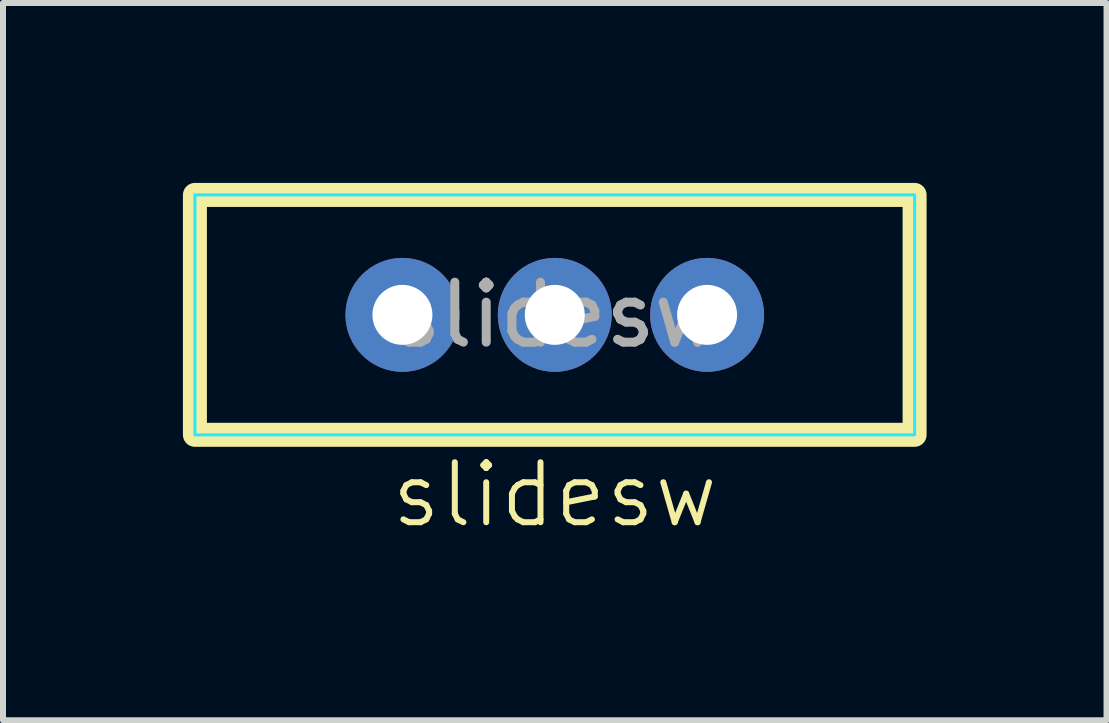
<source format=kicad_pcb>
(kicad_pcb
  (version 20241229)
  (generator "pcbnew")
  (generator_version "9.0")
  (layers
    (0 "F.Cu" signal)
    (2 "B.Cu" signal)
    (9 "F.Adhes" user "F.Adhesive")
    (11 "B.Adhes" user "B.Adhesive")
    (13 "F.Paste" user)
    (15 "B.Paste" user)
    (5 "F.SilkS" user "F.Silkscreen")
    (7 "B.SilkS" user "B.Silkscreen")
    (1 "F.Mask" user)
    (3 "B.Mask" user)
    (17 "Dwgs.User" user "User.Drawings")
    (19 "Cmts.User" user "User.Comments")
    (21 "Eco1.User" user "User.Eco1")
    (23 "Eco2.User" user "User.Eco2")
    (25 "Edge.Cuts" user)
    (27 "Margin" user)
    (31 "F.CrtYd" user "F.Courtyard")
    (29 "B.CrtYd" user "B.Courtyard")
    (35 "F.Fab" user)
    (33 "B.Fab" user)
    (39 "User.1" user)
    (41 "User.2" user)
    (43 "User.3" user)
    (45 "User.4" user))
  (footprint "slidesw"
    (layer "F.Cu")
    (at 6.2 2.2)
    (property "Reference" "slidesw" (at 0 3 0) (unlocked yes) (layer "F.SilkS") (effects (font (size 1 1) (thickness 0.1))))
    (attr through_hole)
    (fp_rect (start -6 -2) (end 6 2) (stroke (width 0.4) (type solid)) (fill no) (layer "F.SilkS"))
    (fp_rect (start -6 -2) (end 6 2) (stroke (width 0.05) (type default)) (fill no) (layer "B.CrtYd"))
    (fp_text user "${REFERENCE}" (at 0 0 0) (unlocked yes) (layer "F.Fab") (effects (font (size 1 1) (thickness 0.15))))
    (pad "1" thru_hole circle (at -2.54 0) (size 1.9 1.9) (drill 1) (layers "*.Cu" "*.Mask"))
    (pad "2" thru_hole circle (at 0 0) (size 1.9 1.9) (drill 1) (layers "*.Cu" "*.Mask"))
    (pad "3" thru_hole circle (at 2.54 0) (size 1.9 1.9) (drill 1) (layers "*.Cu" "*.Mask")))
  (gr_rect
    (start -3 -3)
    (end 15.4 8.96)
    (stroke (width 0.1) (type default))
    (fill no)
    (layer "Edge.Cuts")))
</source>
